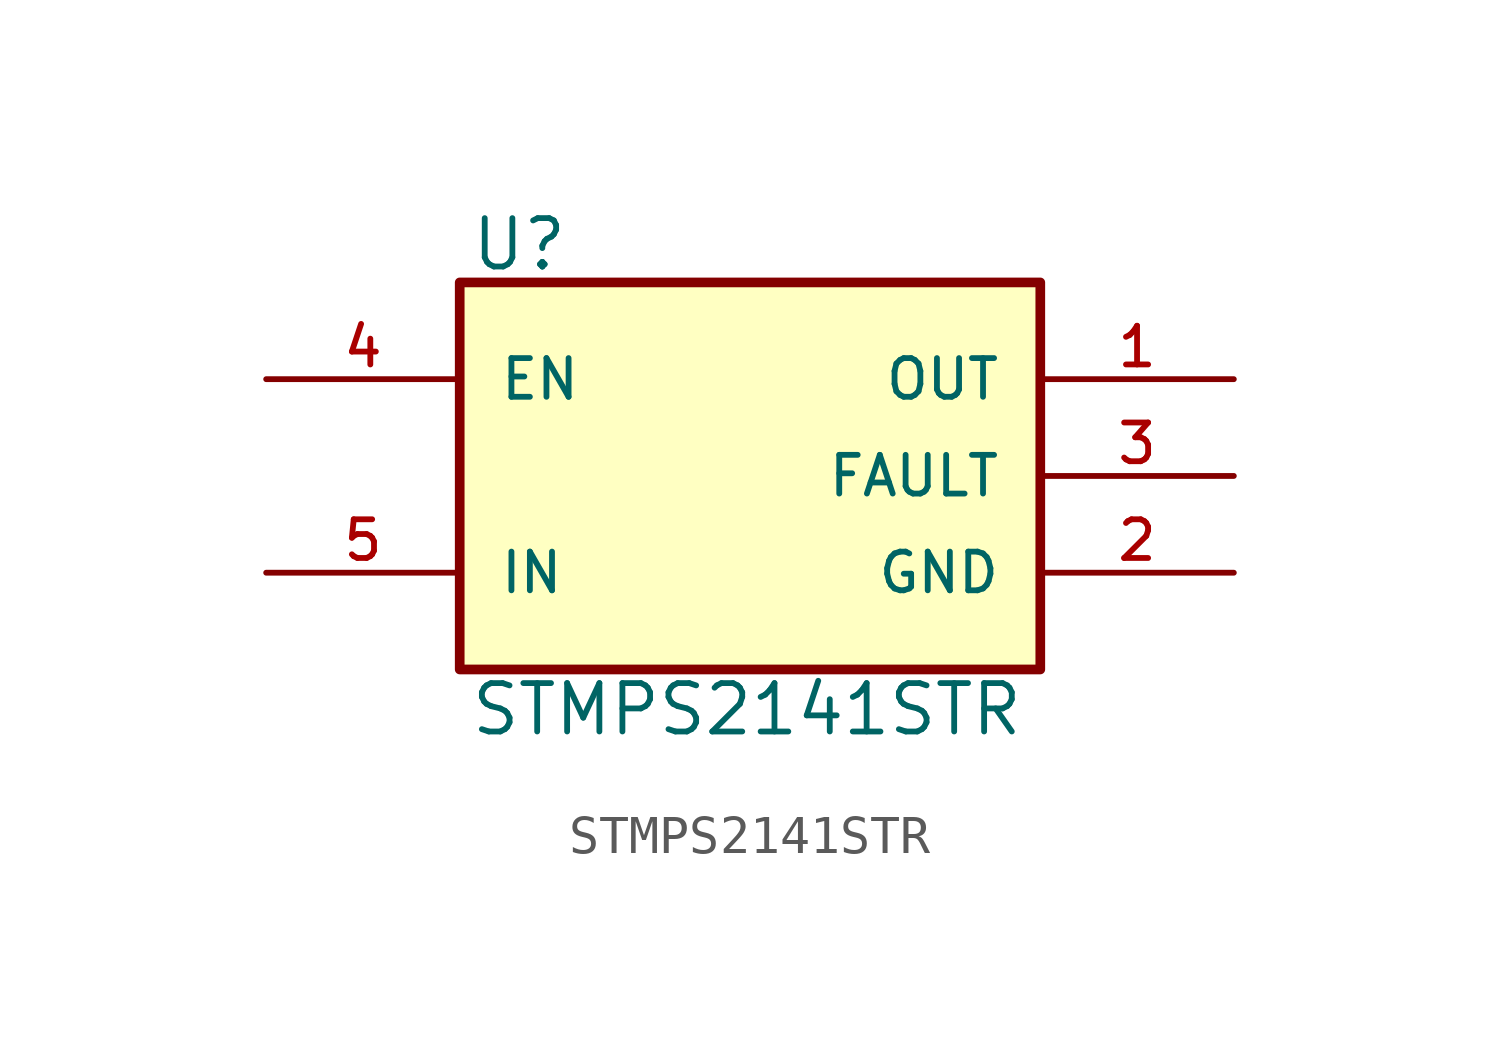
<source format=kicad_sym>
(kicad_symbol_lib
  (version 20211014)
  (generator kicad_symbol_editor)
  (symbol "STMPS2141STR"
    (pin_names
      (offset 1.016))
    (property "Reference" "U"
      (at -7.366 5.334 0)
      (effects (font (size 1.27 1.27)) (justify bottom left)))
    (property "Value" "STMPS2141STR"
      (at -7.38 -6.871 0)
      (effects (font (size 1.27 1.27)) (justify bottom left)))
    (symbol "STMPS2141STR_0_0"
      (rectangle (start -7.62 -5.08) (end 7.62 5.08) (stroke (width 0.254)) (fill (type background)))
      (pin input line (at -12.7 -2.54 0) (length 5.08) (name "IN" (effects (font (size 1.016 1.016)))) (number "5" (effects (font (size 1.016 1.016)))))
      (pin power_in line (at 12.7 -2.54 180.0) (length 5.08) (name "GND" (effects (font (size 1.016 1.016)))) (number "2" (effects (font (size 1.016 1.016)))))
      (pin input line (at -12.7 2.54 0) (length 5.08) (name "EN" (effects (font (size 1.016 1.016)))) (number "4" (effects (font (size 1.016 1.016)))))
      (pin output line (at 12.7 2.54 180.0) (length 5.08) (name "OUT" (effects (font (size 1.016 1.016)))) (number "1" (effects (font (size 1.016 1.016)))))
      (pin output line (at 12.7 0.0 180.0) (length 5.08) (name "FAULT" (effects (font (size 1.016 1.016)))) (number "3" (effects (font (size 1.016 1.016))))))))
</source>
